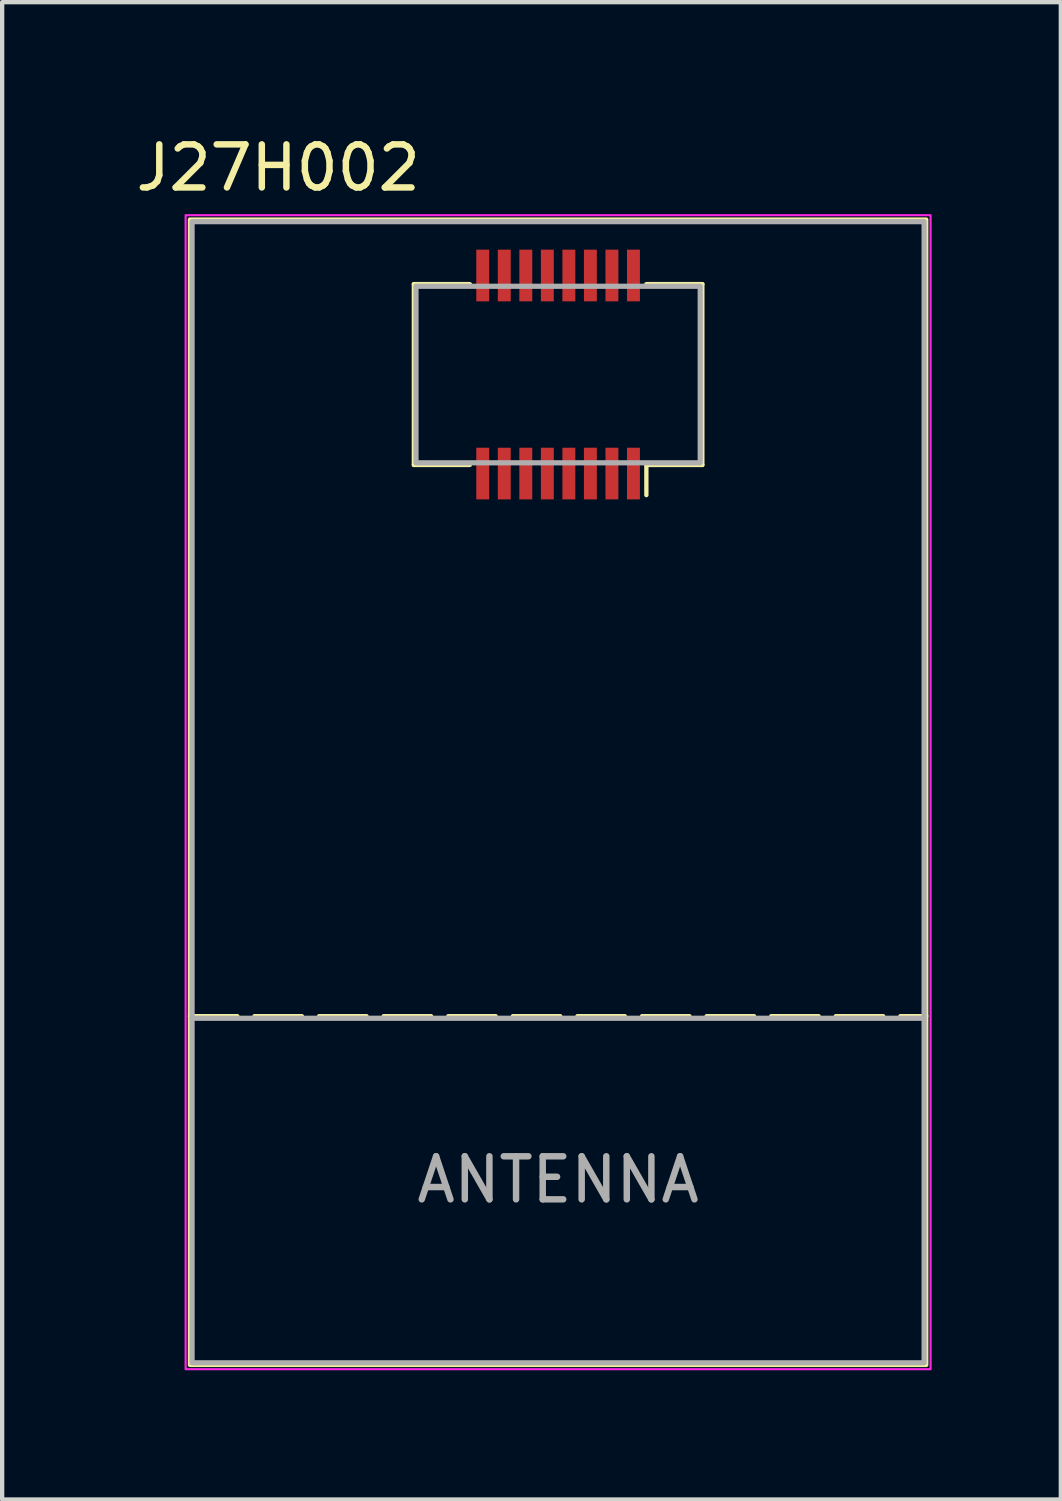
<source format=kicad_pcb>
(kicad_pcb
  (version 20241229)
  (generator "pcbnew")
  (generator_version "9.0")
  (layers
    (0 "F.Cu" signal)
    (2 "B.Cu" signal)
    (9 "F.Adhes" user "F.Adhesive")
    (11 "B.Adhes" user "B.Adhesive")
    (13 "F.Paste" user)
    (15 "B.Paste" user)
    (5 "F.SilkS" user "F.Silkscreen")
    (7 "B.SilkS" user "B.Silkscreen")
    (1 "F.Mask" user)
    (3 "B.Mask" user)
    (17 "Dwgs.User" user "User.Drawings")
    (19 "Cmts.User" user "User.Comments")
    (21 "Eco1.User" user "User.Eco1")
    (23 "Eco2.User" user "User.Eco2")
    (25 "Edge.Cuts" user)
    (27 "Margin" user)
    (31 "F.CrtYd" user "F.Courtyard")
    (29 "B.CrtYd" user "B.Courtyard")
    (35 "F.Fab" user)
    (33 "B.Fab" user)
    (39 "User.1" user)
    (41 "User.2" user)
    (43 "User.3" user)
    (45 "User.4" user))
  (footprint "J27H002"
    (layer "F.Cu")
    (at 8.161 3.348)
    (property "Reference" "J27H002" (at -4.75 -2.5 0) (unlocked yes) (layer "F.SilkS") (effects (font (size 1 1) (thickness 0.15))))
    (attr smd)
    (fp_line (start -6.8 17.2) (end 10.3 17.2) (stroke (width 0.1) (type dash)) (layer "F.SilkS"))
    (fp_line (start -1.6 0.2) (end -1.6 4.4) (stroke (width 0.1) (type default)) (layer "F.SilkS"))
    (fp_line (start -1.6 4.4) (end -0.3 4.4) (stroke (width 0.1) (type default)) (layer "F.SilkS"))
    (fp_line (start -0.3 0.2) (end -1.6 0.2) (stroke (width 0.1) (type default)) (layer "F.SilkS"))
    (fp_line (start 3.8 4.4) (end 3.8 5.1) (stroke (width 0.1) (type default)) (layer "F.SilkS"))
    (fp_line (start 3.8 4.4) (end 5.1 4.4) (stroke (width 0.1) (type default)) (layer "F.SilkS"))
    (fp_line (start 5.1 0.2) (end 3.8 0.2) (stroke (width 0.1) (type default)) (layer "F.SilkS"))
    (fp_line (start 5.1 4.4) (end 5.1 0.2) (stroke (width 0.1) (type default)) (layer "F.SilkS"))
    (fp_rect (start -6.8 -1.3) (end 10.3 25.3) (stroke (width 0.1) (type default)) (fill no) (layer "F.SilkS"))
    (fp_rect (start -6.9 -1.4) (end 10.4 25.4) (stroke (width 0.05) (type default)) (fill no) (layer "F.CrtYd"))
    (fp_line (start 10.25 17.25) (end -6.75 17.25) (stroke (width 0.12) (type solid)) (layer "F.Fab"))
    (fp_rect (start -6.75 -1.25) (end 10.25 25.25) (stroke (width 0.12) (type solid)) (fill no) (layer "F.Fab"))
    (fp_rect (start -1.55 0.25) (end 5.05 4.35) (stroke (width 0.12) (type solid)) (fill no) (layer "F.Fab"))
    (fp_text user "ANTENNA" (at 1.75 21 0) (unlocked yes) (layer "F.Fab") (effects (font (size 1 1) (thickness 0.15))))
    (pad "1" smd rect (at 3.5 4.6) (size 0.3 1.2) (layers "F.Cu" "F.Mask" "F.Paste"))
    (pad "2" smd rect (at 3 4.6) (size 0.3 1.2) (layers "F.Cu" "F.Mask" "F.Paste"))
    (pad "3" smd rect (at 2.5 4.6) (size 0.3 1.2) (layers "F.Cu" "F.Mask" "F.Paste"))
    (pad "4" smd rect (at 2 4.6) (size 0.3 1.2) (layers "F.Cu" "F.Mask" "F.Paste"))
    (pad "5" smd rect (at 1.5 4.6) (size 0.3 1.2) (layers "F.Cu" "F.Mask" "F.Paste"))
    (pad "6" smd rect (at 1 4.6) (size 0.3 1.2) (layers "F.Cu" "F.Mask" "F.Paste"))
    (pad "7" smd rect (at 0.5 4.6) (size 0.3 1.2) (layers "F.Cu" "F.Mask" "F.Paste"))
    (pad "8" smd rect (at 0 4.6) (size 0.3 1.2) (layers "F.Cu" "F.Mask" "F.Paste"))
    (pad "9" smd rect (at 0 0) (size 0.3 1.2) (layers "F.Cu" "F.Mask" "F.Paste"))
    (pad "10" smd rect (at 0.5 0) (size 0.3 1.2) (layers "F.Cu" "F.Mask" "F.Paste"))
    (pad "11" smd rect (at 1 0) (size 0.3 1.2) (layers "F.Cu" "F.Mask" "F.Paste"))
    (pad "12" smd rect (at 1.5 0) (size 0.3 1.2) (layers "F.Cu" "F.Mask" "F.Paste"))
    (pad "13" smd rect (at 2 0) (size 0.3 1.2) (layers "F.Cu" "F.Mask" "F.Paste"))
    (pad "14" smd rect (at 2.5 0) (size 0.3 1.2) (layers "F.Cu" "F.Mask" "F.Paste"))
    (pad "15" smd rect (at 3 0) (size 0.3 1.2) (layers "F.Cu" "F.Mask" "F.Paste"))
    (pad "16" smd rect (at 3.5 0) (size 0.3 1.2) (layers "F.Cu" "F.Mask" "F.Paste"))
    (zone (net_name "") (layers "F.Cu" "B.Cu") (name "Antenna") (hatch edge 0.5) (connect_pads) (min_thickness 0.25) (filled_areas_thickness no) (keepout (tracks not_allowed) (vias not_allowed) (pads not_allowed) (copperpour not_allowed) (footprints not_allowed)) (placement (enabled no)) (fill) (polygon (pts (xy 1.361 20.548) (xy 18.461 20.548) (xy 18.461 28.648) (xy 1.361 28.648)))))
  (gr_rect
    (start -3 -3)
    (end 21.586 31.773)
    (stroke (width 0.1) (type default))
    (fill no)
    (layer "Edge.Cuts")))
</source>
